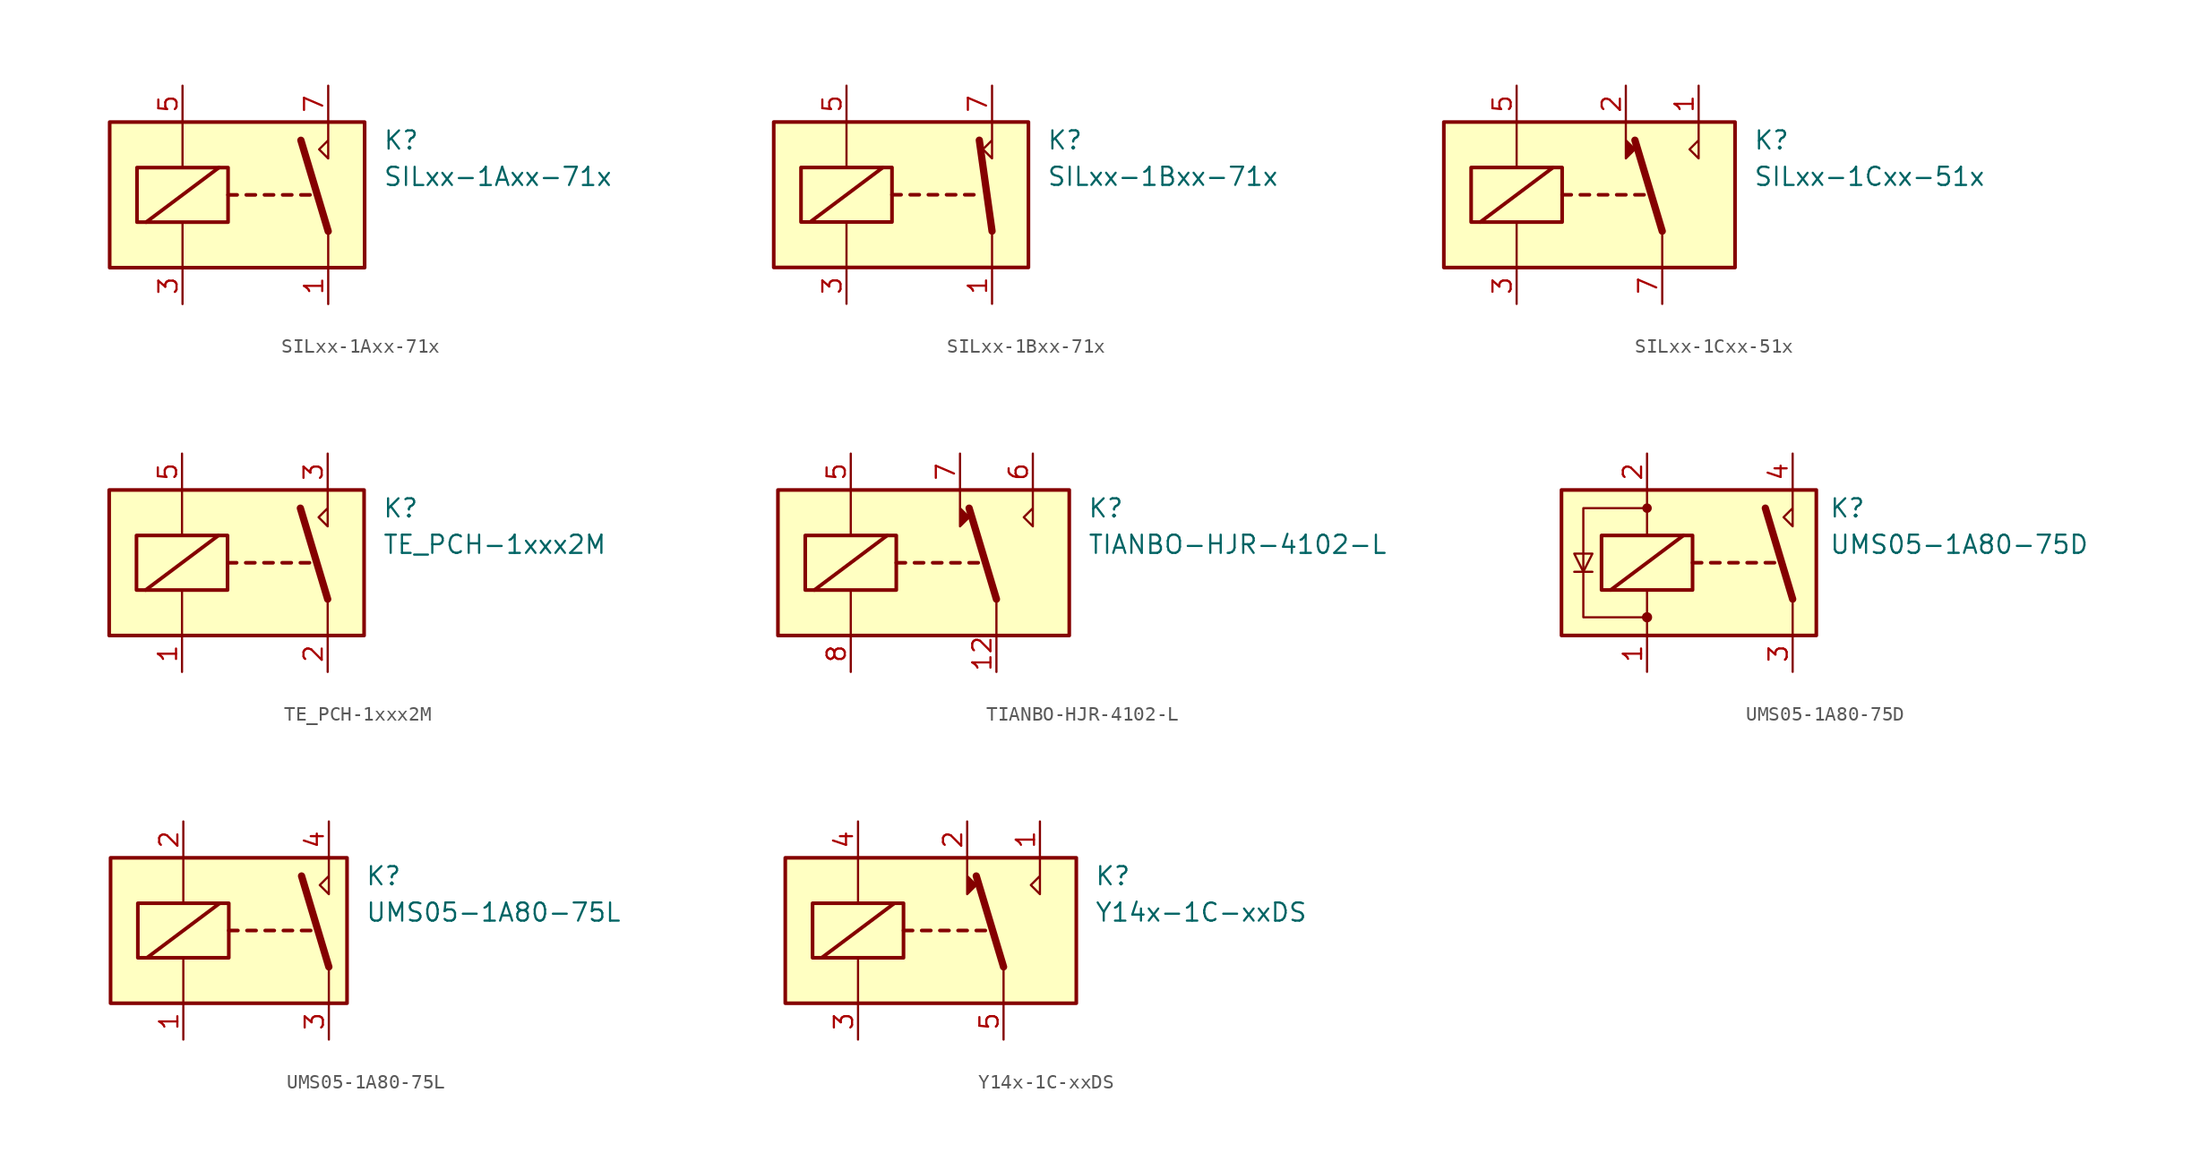
<source format=kicad_sym>
(kicad_symbol_lib
  (version 20201005)
  (generator kicad_symbol_editor)
  (symbol "SILxx-1Axx-71x"
    (property "Reference" "K"
      (at 8.89 3.81 0)
      (effects (font (size 1.27 1.27)) (justify left)))
    (property "Value" "SILxx-1Axx-71x"
      (at 8.89 1.27 0)
      (effects (font (size 1.27 1.27)) (justify left)))
    (symbol "SILxx-1Axx-71x_0_0"
      (polyline (pts (xy 5.08 5.08) (xy 5.08 2.54) (xy 4.445 3.175) (xy 5.08 3.81)) (stroke (width 0)) (fill (type none))))
    (symbol "SILxx-1Axx-71x_0_1"
      (rectangle (start -8.255 1.905) (end -1.905 -1.905) (stroke (width 0.254)) (fill (type none)))
      (rectangle (start -10.16 5.08) (end 7.62 -5.08) (stroke (width 0.254)) (fill (type background)))
      (polyline (pts (xy -7.62 -1.905) (xy -2.54 1.905)) (stroke (width 0.254)) (fill (type none)))
      (polyline (pts (xy -5.08 -5.08) (xy -5.08 -1.905)) (stroke (width 0)) (fill (type none)))
      (polyline (pts (xy -5.08 5.08) (xy -5.08 1.905)) (stroke (width 0)) (fill (type none)))
      (polyline (pts (xy -1.905 0) (xy -1.27 0)) (stroke (width 0.254)) (fill (type none)))
      (polyline (pts (xy -0.635 0) (xy 0 0)) (stroke (width 0.254)) (fill (type none)))
      (polyline (pts (xy 0.635 0) (xy 1.27 0)) (stroke (width 0.254)) (fill (type none)))
      (polyline (pts (xy 1.905 0) (xy 2.54 0)) (stroke (width 0.254)) (fill (type none)))
      (polyline (pts (xy 3.175 0) (xy 3.81 0)) (stroke (width 0.254)) (fill (type none)))
      (polyline (pts (xy 5.08 -2.54) (xy 3.175 3.81)) (stroke (width 0.508)) (fill (type none)))
      (polyline (pts (xy 5.08 -2.54) (xy 5.08 -5.08)) (stroke (width 0)) (fill (type none))))
    (symbol "SILxx-1Axx-71x_1_1"
      (pin passive line (at 5.08 -7.62 90) (length 2.54) (name "~" (effects (font (size 1.27 1.27)))) (number "1" (effects (font (size 1.27 1.27)))))
      (pin passive line (at -5.08 -7.62 90) (length 2.54) (name "~" (effects (font (size 1.27 1.27)))) (number "3" (effects (font (size 1.27 1.27)))))
      (pin passive line (at -5.08 7.62 270) (length 2.54) (name "~" (effects (font (size 1.27 1.27)))) (number "5" (effects (font (size 1.27 1.27)))))
      (pin passive line (at 5.08 7.62 270) (length 2.54) (name "~" (effects (font (size 1.27 1.27)))) (number "7" (effects (font (size 1.27 1.27)))))))
  (symbol "SILxx-1Bxx-71x"
    (property "Reference" "K"
      (at 8.89 3.81 0)
      (effects (font (size 1.27 1.27)) (justify left)))
    (property "Value" "SILxx-1Bxx-71x"
      (at 8.89 1.27 0)
      (effects (font (size 1.27 1.27)) (justify left)))
    (symbol "SILxx-1Bxx-71x_0_0"
      (polyline (pts (xy 5.08 5.08) (xy 5.08 2.54) (xy 4.445 3.175) (xy 5.08 3.81)) (stroke (width 0)) (fill (type none))))
    (symbol "SILxx-1Bxx-71x_0_1"
      (rectangle (start -8.255 1.905) (end -1.905 -1.905) (stroke (width 0.254)) (fill (type none)))
      (rectangle (start -10.16 5.08) (end 7.62 -5.08) (stroke (width 0.254)) (fill (type background)))
      (polyline (pts (xy -7.62 -1.905) (xy -2.54 1.905)) (stroke (width 0.254)) (fill (type none)))
      (polyline (pts (xy -5.08 -5.08) (xy -5.08 -1.905)) (stroke (width 0)) (fill (type none)))
      (polyline (pts (xy -5.08 5.08) (xy -5.08 1.905)) (stroke (width 0)) (fill (type none)))
      (polyline (pts (xy -1.905 0) (xy -1.27 0)) (stroke (width 0.254)) (fill (type none)))
      (polyline (pts (xy -0.635 0) (xy 0 0)) (stroke (width 0.254)) (fill (type none)))
      (polyline (pts (xy 0.635 0) (xy 1.27 0)) (stroke (width 0.254)) (fill (type none)))
      (polyline (pts (xy 1.905 0) (xy 2.54 0)) (stroke (width 0.254)) (fill (type none)))
      (polyline (pts (xy 3.175 0) (xy 3.81 0)) (stroke (width 0.254)) (fill (type none)))
      (polyline (pts (xy 5.08 -2.54) (xy 4.191 3.81)) (stroke (width 0.508)) (fill (type none)))
      (polyline (pts (xy 5.08 -2.54) (xy 5.08 -5.08)) (stroke (width 0)) (fill (type none))))
    (symbol "SILxx-1Bxx-71x_1_1"
      (pin passive line (at 5.08 -7.62 90) (length 2.54) (name "~" (effects (font (size 1.27 1.27)))) (number "1" (effects (font (size 1.27 1.27)))))
      (pin passive line (at -5.08 -7.62 90) (length 2.54) (name "~" (effects (font (size 1.27 1.27)))) (number "3" (effects (font (size 1.27 1.27)))))
      (pin passive line (at -5.08 7.62 270) (length 2.54) (name "~" (effects (font (size 1.27 1.27)))) (number "5" (effects (font (size 1.27 1.27)))))
      (pin passive line (at 5.08 7.62 270) (length 2.54) (name "~" (effects (font (size 1.27 1.27)))) (number "7" (effects (font (size 1.27 1.27)))))))
  (symbol "SILxx-1Cxx-51x"
    (property "Reference" "K"
      (at 11.43 3.81 0)
      (effects (font (size 1.27 1.27)) (justify left)))
    (property "Value" "SILxx-1Cxx-51x"
      (at 11.43 1.27 0)
      (effects (font (size 1.27 1.27)) (justify left)))
    (symbol "SILxx-1Cxx-51x_0_0"
      (polyline (pts (xy 7.62 5.08) (xy 7.62 2.54) (xy 6.985 3.175) (xy 7.62 3.81)) (stroke (width 0)) (fill (type none))))
    (symbol "SILxx-1Cxx-51x_0_1"
      (rectangle (start -8.255 1.905) (end -1.905 -1.905) (stroke (width 0.254)) (fill (type none)))
      (rectangle (start -10.16 5.08) (end 10.16 -5.08) (stroke (width 0.254)) (fill (type background)))
      (polyline (pts (xy -7.62 -1.905) (xy -2.54 1.905)) (stroke (width 0.254)) (fill (type none)))
      (polyline (pts (xy -5.08 -5.08) (xy -5.08 -1.905)) (stroke (width 0)) (fill (type none)))
      (polyline (pts (xy -5.08 5.08) (xy -5.08 1.905)) (stroke (width 0)) (fill (type none)))
      (polyline (pts (xy -1.905 0) (xy -1.27 0)) (stroke (width 0.254)) (fill (type none)))
      (polyline (pts (xy -0.635 0) (xy 0 0)) (stroke (width 0.254)) (fill (type none)))
      (polyline (pts (xy 0.635 0) (xy 1.27 0)) (stroke (width 0.254)) (fill (type none)))
      (polyline (pts (xy 1.905 0) (xy 2.54 0)) (stroke (width 0.254)) (fill (type none)))
      (polyline (pts (xy 3.175 0) (xy 3.81 0)) (stroke (width 0.254)) (fill (type none)))
      (polyline (pts (xy 5.08 -2.54) (xy 3.175 3.81)) (stroke (width 0.508)) (fill (type none)))
      (polyline (pts (xy 5.08 -2.54) (xy 5.08 -5.08)) (stroke (width 0)) (fill (type none)))
      (polyline (pts (xy 2.54 5.08) (xy 2.54 2.54) (xy 3.175 3.175) (xy 2.54 3.81)) (stroke (width 0)) (fill (type outline))))
    (symbol "SILxx-1Cxx-51x_1_1"
      (pin passive line (at 7.62 7.62 270) (length 2.54) (name "~" (effects (font (size 1.27 1.27)))) (number "1" (effects (font (size 1.27 1.27)))))
      (pin passive line (at 2.54 7.62 270) (length 2.54) (name "~" (effects (font (size 1.27 1.27)))) (number "2" (effects (font (size 1.27 1.27)))))
      (pin passive line (at -5.08 -7.62 90) (length 2.54) (name "~" (effects (font (size 1.27 1.27)))) (number "3" (effects (font (size 1.27 1.27)))))
      (pin passive line (at -5.08 7.62 270) (length 2.54) (name "~" (effects (font (size 1.27 1.27)))) (number "5" (effects (font (size 1.27 1.27)))))
      (pin passive line (at 5.08 -7.62 90) (length 2.54) (name "~" (effects (font (size 1.27 1.27)))) (number "7" (effects (font (size 1.27 1.27)))))))
  (symbol "TE_PCH-1xxx2M"
    (property "Reference" "K"
      (at 8.89 3.81 0)
      (effects (font (size 1.27 1.27)) (justify left)))
    (property "Value" "TE_PCH-1xxx2M"
      (at 8.89 1.27 0)
      (effects (font (size 1.27 1.27)) (justify left)))
    (symbol "TE_PCH-1xxx2M_0_0"
      (polyline (pts (xy 5.08 5.08) (xy 5.08 2.54) (xy 4.445 3.175) (xy 5.08 3.81)) (stroke (width 0)) (fill (type none))))
    (symbol "TE_PCH-1xxx2M_0_1"
      (rectangle (start -8.255 1.905) (end -1.905 -1.905) (stroke (width 0.254)) (fill (type none)))
      (rectangle (start -10.16 5.08) (end 7.62 -5.08) (stroke (width 0.254)) (fill (type background)))
      (polyline (pts (xy -7.62 -1.905) (xy -2.54 1.905)) (stroke (width 0.254)) (fill (type none)))
      (polyline (pts (xy -5.08 -5.08) (xy -5.08 -1.905)) (stroke (width 0)) (fill (type none)))
      (polyline (pts (xy -5.08 5.08) (xy -5.08 1.905)) (stroke (width 0)) (fill (type none)))
      (polyline (pts (xy -1.905 0) (xy -1.27 0)) (stroke (width 0.254)) (fill (type none)))
      (polyline (pts (xy -0.635 0) (xy 0 0)) (stroke (width 0.254)) (fill (type none)))
      (polyline (pts (xy 0.635 0) (xy 1.27 0)) (stroke (width 0.254)) (fill (type none)))
      (polyline (pts (xy 1.905 0) (xy 2.54 0)) (stroke (width 0.254)) (fill (type none)))
      (polyline (pts (xy 3.175 0) (xy 3.81 0)) (stroke (width 0.254)) (fill (type none)))
      (polyline (pts (xy 5.08 -2.54) (xy 3.175 3.81)) (stroke (width 0.508)) (fill (type none)))
      (polyline (pts (xy 5.08 -2.54) (xy 5.08 -5.08)) (stroke (width 0)) (fill (type none))))
    (symbol "TE_PCH-1xxx2M_1_1"
      (pin passive line (at -5.08 -7.62 90) (length 2.54) (name "~" (effects (font (size 1.27 1.27)))) (number "1" (effects (font (size 1.27 1.27)))))
      (pin passive line (at 5.08 -7.62 90) (length 2.54) (name "~" (effects (font (size 1.27 1.27)))) (number "2" (effects (font (size 1.27 1.27)))))
      (pin passive line (at 5.08 7.62 270) (length 2.54) (name "~" (effects (font (size 1.27 1.27)))) (number "3" (effects (font (size 1.27 1.27)))))
      (pin passive line (at -5.08 7.62 270) (length 2.54) (name "~" (effects (font (size 1.27 1.27)))) (number "5" (effects (font (size 1.27 1.27)))))))
  (symbol "TIANBO-HJR-4102-L"
    (property "Reference" "K"
      (at 11.43 3.81 0)
      (effects (font (size 1.27 1.27)) (justify left)))
    (property "Value" "TIANBO-HJR-4102-L"
      (at 11.43 1.27 0)
      (effects (font (size 1.27 1.27)) (justify left)))
    (symbol "TIANBO-HJR-4102-L_0_0"
      (polyline (pts (xy 7.62 5.08) (xy 7.62 2.54) (xy 6.985 3.175) (xy 7.62 3.81)) (stroke (width 0)) (fill (type none))))
    (symbol "TIANBO-HJR-4102-L_0_1"
      (rectangle (start -8.255 1.905) (end -1.905 -1.905) (stroke (width 0.254)) (fill (type none)))
      (rectangle (start -10.16 5.08) (end 10.16 -5.08) (stroke (width 0.254)) (fill (type background)))
      (polyline (pts (xy -7.62 -1.905) (xy -2.54 1.905)) (stroke (width 0.254)) (fill (type none)))
      (polyline (pts (xy -5.08 -5.08) (xy -5.08 -1.905)) (stroke (width 0)) (fill (type none)))
      (polyline (pts (xy -5.08 5.08) (xy -5.08 1.905)) (stroke (width 0)) (fill (type none)))
      (polyline (pts (xy -1.905 0) (xy -1.27 0)) (stroke (width 0.254)) (fill (type none)))
      (polyline (pts (xy -0.635 0) (xy 0 0)) (stroke (width 0.254)) (fill (type none)))
      (polyline (pts (xy 0.635 0) (xy 1.27 0)) (stroke (width 0.254)) (fill (type none)))
      (polyline (pts (xy 1.905 0) (xy 2.54 0)) (stroke (width 0.254)) (fill (type none)))
      (polyline (pts (xy 3.175 0) (xy 3.81 0)) (stroke (width 0.254)) (fill (type none)))
      (polyline (pts (xy 5.08 -2.54) (xy 3.175 3.81)) (stroke (width 0.508)) (fill (type none)))
      (polyline (pts (xy 5.08 -2.54) (xy 5.08 -5.08)) (stroke (width 0)) (fill (type none)))
      (polyline (pts (xy 2.54 5.08) (xy 2.54 2.54) (xy 3.175 3.175) (xy 2.54 3.81)) (stroke (width 0)) (fill (type outline))))
    (symbol "TIANBO-HJR-4102-L_1_1"
      (pin passive line (at 5.08 -7.62 90) (length 2.54) (name "~" (effects (font (size 1.27 1.27)))) (number "12" (effects (font (size 1.27 1.27)))))
      (pin passive line (at -5.08 7.62 270) (length 2.54) (name "~" (effects (font (size 1.27 1.27)))) (number "5" (effects (font (size 1.27 1.27)))))
      (pin passive line (at 7.62 7.62 270) (length 2.54) (name "~" (effects (font (size 1.27 1.27)))) (number "6" (effects (font (size 1.27 1.27)))))
      (pin passive line (at 2.54 7.62 270) (length 2.54) (name "~" (effects (font (size 1.27 1.27)))) (number "7" (effects (font (size 1.27 1.27)))))
      (pin passive line (at -5.08 -7.62 90) (length 2.54) (name "~" (effects (font (size 1.27 1.27)))) (number "8" (effects (font (size 1.27 1.27)))))))
  (symbol "UMS05-1A80-75D"
    (property "Reference" "K"
      (at 7.62 3.81 0)
      (effects (font (size 1.27 1.27)) (justify left)))
    (property "Value" "UMS05-1A80-75D"
      (at 7.62 1.27 0)
      (effects (font (size 1.27 1.27)) (justify left)))
    (symbol "UMS05-1A80-75D_0_0"
      (polyline (pts (xy 5.08 5.08) (xy 5.08 2.54) (xy 4.445 3.175) (xy 5.08 3.81)) (stroke (width 0)) (fill (type none))))
    (symbol "UMS05-1A80-75D_0_1"
      (circle (center -5.08 -3.81) (radius 0.279) (stroke (width 0)) (fill (type outline)))
      (circle (center -5.08 3.81) (radius 0.254) (stroke (width 0)) (fill (type outline)))
      (rectangle (start -8.255 1.905) (end -1.905 -1.905) (stroke (width 0.254)) (fill (type none)))
      (rectangle (start -11.049 5.08) (end 6.731 -5.08) (stroke (width 0.254)) (fill (type background)))
      (polyline (pts (xy -8.89 -0.635) (xy -10.16 -0.635)) (stroke (width 0)) (fill (type none)))
      (polyline (pts (xy -7.62 -1.905) (xy -2.54 1.905)) (stroke (width 0.254)) (fill (type none)))
      (polyline (pts (xy -5.08 -5.08) (xy -5.08 -1.905)) (stroke (width 0)) (fill (type none)))
      (polyline (pts (xy -5.08 5.08) (xy -5.08 1.905)) (stroke (width 0)) (fill (type none)))
      (polyline (pts (xy -1.905 0) (xy -1.27 0)) (stroke (width 0.254)) (fill (type none)))
      (polyline (pts (xy -0.635 0) (xy 0 0)) (stroke (width 0.254)) (fill (type none)))
      (polyline (pts (xy 0.635 0) (xy 1.27 0)) (stroke (width 0.254)) (fill (type none)))
      (polyline (pts (xy 1.905 0) (xy 2.54 0)) (stroke (width 0.254)) (fill (type none)))
      (polyline (pts (xy 3.175 0) (xy 3.81 0)) (stroke (width 0.254)) (fill (type none)))
      (polyline (pts (xy 5.08 -2.54) (xy 3.175 3.81)) (stroke (width 0.508)) (fill (type none)))
      (polyline (pts (xy 5.08 -2.54) (xy 5.08 -5.08)) (stroke (width 0)) (fill (type none)))
      (polyline (pts (xy -9.525 -0.635) (xy -10.16 0.635) (xy -8.89 0.635) (xy -9.525 -0.635)) (stroke (width 0)) (fill (type none)))
      (polyline (pts (xy -5.08 3.81) (xy -9.525 3.81) (xy -9.525 -3.81) (xy -5.08 -3.81)) (stroke (width 0)) (fill (type none))))
    (symbol "UMS05-1A80-75D_1_1"
      (pin passive line (at -5.08 -7.62 90) (length 2.54) (name "~" (effects (font (size 1.27 1.27)))) (number "1" (effects (font (size 1.27 1.27)))))
      (pin passive line (at -5.08 7.62 270) (length 2.54) (name "~" (effects (font (size 1.27 1.27)))) (number "2" (effects (font (size 1.27 1.27)))))
      (pin passive line (at 5.08 -7.62 90) (length 2.54) (name "~" (effects (font (size 1.27 1.27)))) (number "3" (effects (font (size 1.27 1.27)))))
      (pin passive line (at 5.08 7.62 270) (length 2.54) (name "~" (effects (font (size 1.27 1.27)))) (number "4" (effects (font (size 1.27 1.27)))))))
  (symbol "UMS05-1A80-75L"
    (property "Reference" "K"
      (at 7.62 3.81 0)
      (effects (font (size 1.27 1.27)) (justify left)))
    (property "Value" "UMS05-1A80-75L"
      (at 7.62 1.27 0)
      (effects (font (size 1.27 1.27)) (justify left)))
    (symbol "UMS05-1A80-75L_0_0"
      (polyline (pts (xy 5.08 5.08) (xy 5.08 2.54) (xy 4.445 3.175) (xy 5.08 3.81)) (stroke (width 0)) (fill (type none))))
    (symbol "UMS05-1A80-75L_0_1"
      (rectangle (start -8.255 1.905) (end -1.905 -1.905) (stroke (width 0.254)) (fill (type none)))
      (rectangle (start -10.16 5.08) (end 6.35 -5.08) (stroke (width 0.254)) (fill (type background)))
      (polyline (pts (xy -7.62 -1.905) (xy -2.54 1.905)) (stroke (width 0.254)) (fill (type none)))
      (polyline (pts (xy -5.08 -5.08) (xy -5.08 -1.905)) (stroke (width 0)) (fill (type none)))
      (polyline (pts (xy -5.08 5.08) (xy -5.08 1.905)) (stroke (width 0)) (fill (type none)))
      (polyline (pts (xy -1.905 0) (xy -1.27 0)) (stroke (width 0.254)) (fill (type none)))
      (polyline (pts (xy -0.635 0) (xy 0 0)) (stroke (width 0.254)) (fill (type none)))
      (polyline (pts (xy 0.635 0) (xy 1.27 0)) (stroke (width 0.254)) (fill (type none)))
      (polyline (pts (xy 1.905 0) (xy 2.54 0)) (stroke (width 0.254)) (fill (type none)))
      (polyline (pts (xy 3.175 0) (xy 3.81 0)) (stroke (width 0.254)) (fill (type none)))
      (polyline (pts (xy 5.08 -2.54) (xy 3.175 3.81)) (stroke (width 0.508)) (fill (type none)))
      (polyline (pts (xy 5.08 -2.54) (xy 5.08 -5.08)) (stroke (width 0)) (fill (type none))))
    (symbol "UMS05-1A80-75L_1_1"
      (pin passive line (at -5.08 -7.62 90) (length 2.54) (name "~" (effects (font (size 1.27 1.27)))) (number "1" (effects (font (size 1.27 1.27)))))
      (pin passive line (at -5.08 7.62 270) (length 2.54) (name "~" (effects (font (size 1.27 1.27)))) (number "2" (effects (font (size 1.27 1.27)))))
      (pin passive line (at 5.08 -7.62 90) (length 2.54) (name "~" (effects (font (size 1.27 1.27)))) (number "3" (effects (font (size 1.27 1.27)))))
      (pin passive line (at 5.08 7.62 270) (length 2.54) (name "~" (effects (font (size 1.27 1.27)))) (number "4" (effects (font (size 1.27 1.27)))))))
  (symbol "Y14x-1C-xxDS"
    (property "Reference" "K"
      (at 11.43 3.81 0)
      (effects (font (size 1.27 1.27)) (justify left)))
    (property "Value" "Y14x-1C-xxDS"
      (at 11.43 1.27 0)
      (effects (font (size 1.27 1.27)) (justify left)))
    (symbol "Y14x-1C-xxDS_0_0"
      (polyline (pts (xy 7.62 5.08) (xy 7.62 2.54) (xy 6.985 3.175) (xy 7.62 3.81)) (stroke (width 0)) (fill (type none))))
    (symbol "Y14x-1C-xxDS_0_1"
      (rectangle (start -8.255 1.905) (end -1.905 -1.905) (stroke (width 0.254)) (fill (type none)))
      (rectangle (start -10.16 5.08) (end 10.16 -5.08) (stroke (width 0.254)) (fill (type background)))
      (polyline (pts (xy -7.62 -1.905) (xy -2.54 1.905)) (stroke (width 0.254)) (fill (type none)))
      (polyline (pts (xy -5.08 -5.08) (xy -5.08 -1.905)) (stroke (width 0)) (fill (type none)))
      (polyline (pts (xy -5.08 5.08) (xy -5.08 1.905)) (stroke (width 0)) (fill (type none)))
      (polyline (pts (xy -1.905 0) (xy -1.27 0)) (stroke (width 0.254)) (fill (type none)))
      (polyline (pts (xy -0.635 0) (xy 0 0)) (stroke (width 0.254)) (fill (type none)))
      (polyline (pts (xy 0.635 0) (xy 1.27 0)) (stroke (width 0.254)) (fill (type none)))
      (polyline (pts (xy 1.905 0) (xy 2.54 0)) (stroke (width 0.254)) (fill (type none)))
      (polyline (pts (xy 3.175 0) (xy 3.81 0)) (stroke (width 0.254)) (fill (type none)))
      (polyline (pts (xy 5.08 -2.54) (xy 3.175 3.81)) (stroke (width 0.508)) (fill (type none)))
      (polyline (pts (xy 5.08 -2.54) (xy 5.08 -5.08)) (stroke (width 0)) (fill (type none)))
      (polyline (pts (xy 2.54 5.08) (xy 2.54 2.54) (xy 3.175 3.175) (xy 2.54 3.81)) (stroke (width 0)) (fill (type outline))))
    (symbol "Y14x-1C-xxDS_1_1"
      (pin passive line (at 7.62 7.62 270) (length 2.54) (name "~" (effects (font (size 1.27 1.27)))) (number "1" (effects (font (size 1.27 1.27)))))
      (pin passive line (at 2.54 7.62 270) (length 2.54) (name "~" (effects (font (size 1.27 1.27)))) (number "2" (effects (font (size 1.27 1.27)))))
      (pin passive line (at -5.08 -7.62 90) (length 2.54) (name "~" (effects (font (size 1.27 1.27)))) (number "3" (effects (font (size 1.27 1.27)))))
      (pin passive line (at -5.08 7.62 270) (length 2.54) (name "~" (effects (font (size 1.27 1.27)))) (number "4" (effects (font (size 1.27 1.27)))))
      (pin passive line (at 5.08 -7.62 90) (length 2.54) (name "~" (effects (font (size 1.27 1.27)))) (number "5" (effects (font (size 1.27 1.27)))))
      (pin passive line (at 5.08 -7.62 90) (length 2.54) hide (name "~" (effects (font (size 1.27 1.27)))) (number "6" (effects (font (size 1.27 1.27))))))))
</source>
